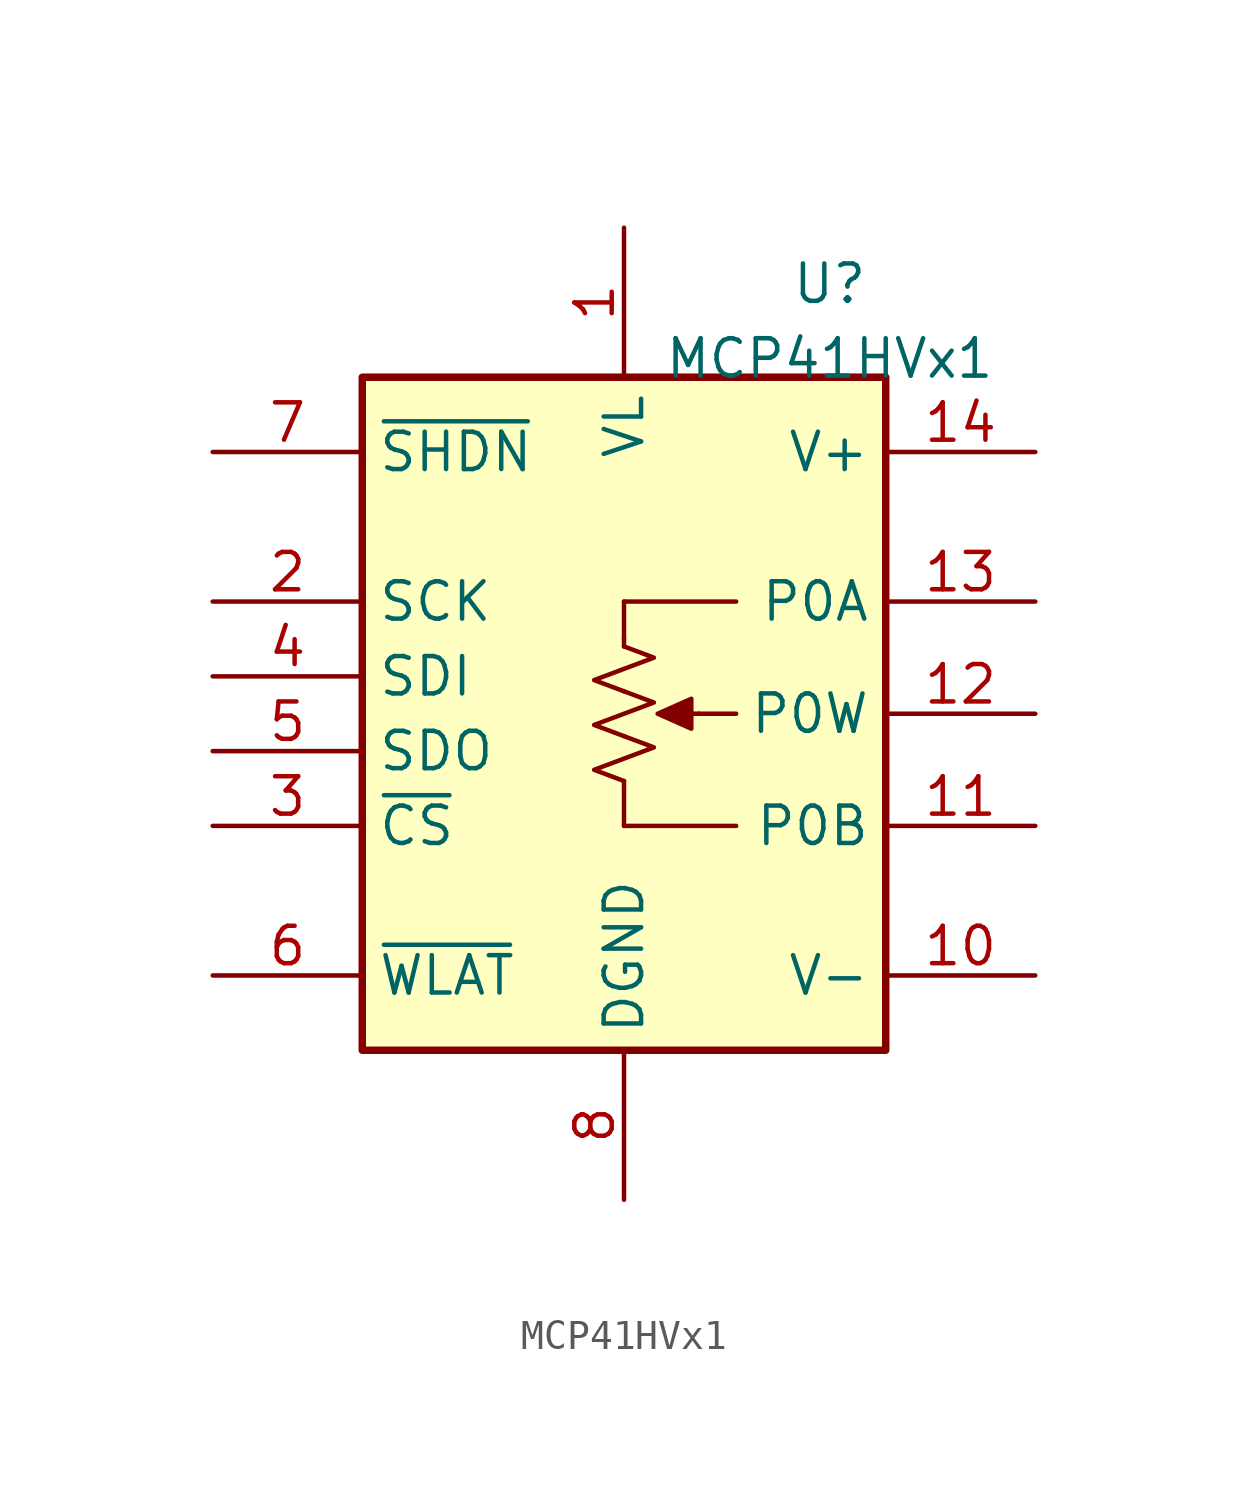
<source format=kicad_sym>
(kicad_symbol_lib
  (version 20211014)
  (generator kicad_symbol_editor)
  (symbol "MCP41HVx1"
    (property "Reference" "U"
      (at 6.985 14.605 0)
      (effects (font (size 1.27 1.27))))
    (property "Value" "MCP41HVx1"
      (at 6.985 12.065 0)
      (effects (font (size 1.27 1.27))))
    (symbol "MCP41HVx1_0_1"
      (rectangle (start -8.89 11.43) (end 8.89 -11.43) (stroke (width 0.254) (type default) (color 0 0 0 0)) (fill (type background)))
      (polyline (pts (xy 0 -3.81) (xy 3.81 -3.81)) (stroke (width 0) (type default) (color 0 0 0 0)) (fill (type none)))
      (polyline (pts (xy 0 -2.54) (xy 0 -3.81)) (stroke (width 0) (type default) (color 0 0 0 0)) (fill (type none)))
      (polyline (pts (xy 0 2.54) (xy 0 3.81)) (stroke (width 0) (type default) (color 0 0 0 0)) (fill (type none)))
      (polyline (pts (xy 2.54 0) (xy 3.81 0)) (stroke (width 0) (type default) (color 0 0 0 0)) (fill (type none)))
      (polyline (pts (xy 3.81 3.81) (xy 0 3.81)) (stroke (width 0) (type default) (color 0 0 0 0)) (fill (type none))))
    (symbol "MCP41HVx1_1_1"
      (polyline (pts (xy 0 -2.286) (xy 0 -2.54)) (stroke (width 0) (type default) (color 0 0 0 0)) (fill (type none)))
      (polyline (pts (xy 0 2.54) (xy 0 2.286)) (stroke (width 0) (type default) (color 0 0 0 0)) (fill (type none)))
      (polyline (pts (xy 2.54 0) (xy 1.524 0)) (stroke (width 0) (type default) (color 0 0 0 0)) (fill (type none)))
      (polyline (pts (xy 1.143 0) (xy 2.286 0.508) (xy 2.286 -0.508) (xy 1.143 0)) (stroke (width 0) (type default) (color 0 0 0 0)) (fill (type outline)))
      (polyline (pts (xy 0 -0.762) (xy 1.016 -1.143) (xy 0 -1.524) (xy -1.016 -1.905) (xy 0 -2.286)) (stroke (width 0) (type default) (color 0 0 0 0)) (fill (type none)))
      (polyline (pts (xy 0 0.762) (xy 1.016 0.381) (xy 0 0) (xy -1.016 -0.381) (xy 0 -0.762)) (stroke (width 0) (type default) (color 0 0 0 0)) (fill (type none)))
      (polyline (pts (xy 0 2.286) (xy 1.016 1.905) (xy 0 1.524) (xy -1.016 1.143) (xy 0 0.762)) (stroke (width 0) (type default) (color 0 0 0 0)) (fill (type none)))
      (pin passive line (at 0 16.51 270) (length 5.08) (name "VL" (effects (font (size 1.27 1.27)))) (number "1" (effects (font (size 1.27 1.27)))))
      (pin passive line (at 13.97 -8.89 180) (length 5.08) (name "V-" (effects (font (size 1.27 1.27)))) (number "10" (effects (font (size 1.27 1.27)))))
      (pin passive line (at 13.97 -3.81 180) (length 5.08) (name "P0B" (effects (font (size 1.27 1.27)))) (number "11" (effects (font (size 1.27 1.27)))))
      (pin passive line (at 13.97 0 180) (length 5.08) (name "P0W" (effects (font (size 1.27 1.27)))) (number "12" (effects (font (size 1.27 1.27)))))
      (pin passive line (at 13.97 3.81 180) (length 5.08) (name "P0A" (effects (font (size 1.27 1.27)))) (number "13" (effects (font (size 1.27 1.27)))))
      (pin passive line (at 13.97 8.89 180) (length 5.08) (name "V+" (effects (font (size 1.27 1.27)))) (number "14" (effects (font (size 1.27 1.27)))))
      (pin input line (at -13.97 3.81 0) (length 5.08) (name "SCK" (effects (font (size 1.27 1.27)))) (number "2" (effects (font (size 1.27 1.27)))))
      (pin input line (at -13.97 -3.81 0) (length 5.08) (name "~{CS}" (effects (font (size 1.27 1.27)))) (number "3" (effects (font (size 1.27 1.27)))))
      (pin input line (at -13.97 1.27 0) (length 5.08) (name "SDI" (effects (font (size 1.27 1.27)))) (number "4" (effects (font (size 1.27 1.27)))))
      (pin output line (at -13.97 -1.27 0) (length 5.08) (name "SDO" (effects (font (size 1.27 1.27)))) (number "5" (effects (font (size 1.27 1.27)))))
      (pin input line (at -13.97 -8.89 0) (length 5.08) (name "~{WLAT}" (effects (font (size 1.27 1.27)))) (number "6" (effects (font (size 1.27 1.27)))))
      (pin input line (at -13.97 8.89 0) (length 5.08) (name "~{SHDN}" (effects (font (size 1.27 1.27)))) (number "7" (effects (font (size 1.27 1.27)))))
      (pin passive line (at 0 -16.51 90) (length 5.08) (name "DGND" (effects (font (size 1.27 1.27)))) (number "8" (effects (font (size 1.27 1.27)))))
      (pin passive line (at 0 -16.51 90) (length 5.08) hide (name "NC" (effects (font (size 1.27 1.27)))) (number "9" (effects (font (size 1.27 1.27))))))))
</source>
